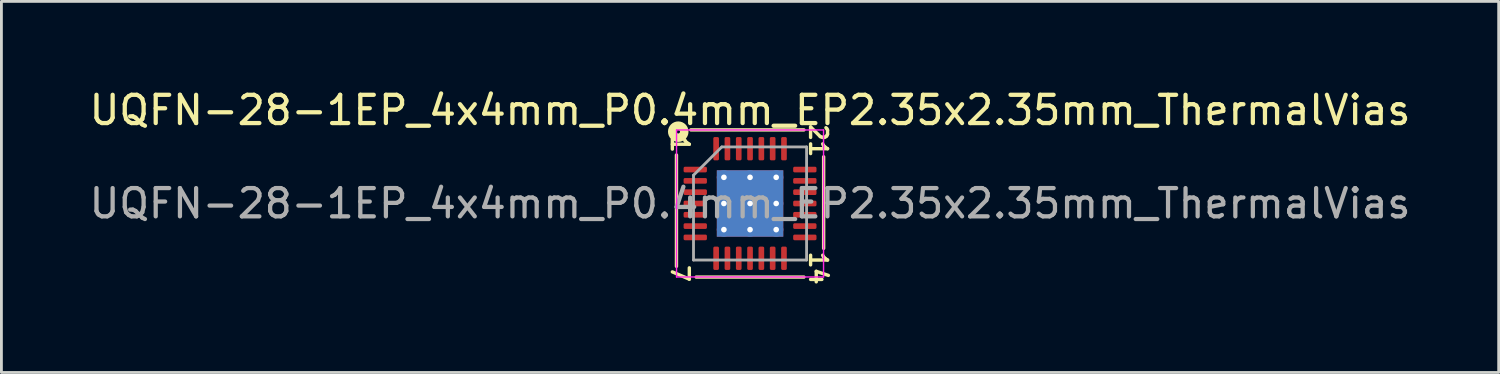
<source format=kicad_pcb>
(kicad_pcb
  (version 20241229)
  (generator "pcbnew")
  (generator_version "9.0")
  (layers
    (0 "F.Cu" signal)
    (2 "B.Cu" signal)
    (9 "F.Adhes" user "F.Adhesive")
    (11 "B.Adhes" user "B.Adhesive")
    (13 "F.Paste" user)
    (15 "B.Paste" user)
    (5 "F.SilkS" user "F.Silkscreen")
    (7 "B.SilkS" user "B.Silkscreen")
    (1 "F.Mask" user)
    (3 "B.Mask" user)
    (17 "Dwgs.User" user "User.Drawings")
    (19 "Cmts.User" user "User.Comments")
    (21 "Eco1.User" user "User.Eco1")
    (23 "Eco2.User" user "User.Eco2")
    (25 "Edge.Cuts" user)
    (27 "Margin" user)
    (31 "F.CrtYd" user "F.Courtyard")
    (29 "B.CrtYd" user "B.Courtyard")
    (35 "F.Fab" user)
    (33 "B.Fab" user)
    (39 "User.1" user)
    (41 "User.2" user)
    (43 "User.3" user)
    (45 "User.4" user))
  (footprint "UQFN-28-1EP_4x4mm_P0.4mm_EP2.35x2.35mm_ThermalVias"
    (layer "F.Cu")
    (at 23.482 4.148)
    (property "Reference" "UQFN-28-1EP_4x4mm_P0.4mm_EP2.35x2.35mm_ThermalVias" (at 0 -3.3 0) (layer "F.SilkS") (effects (font (size 1 1) (thickness 0.15))))
    (attr smd)
    (fp_line (start -2.603 -1.714) (end -2.603 2.223) (stroke (width 0.12) (type solid)) (layer "F.SilkS"))
    (fp_line (start -1.905 2.603) (end 1.905 2.603) (stroke (width 0.12) (type solid)) (layer "F.SilkS"))
    (fp_line (start 1.905 -2.603) (end -2.095 -2.603) (stroke (width 0.12) (type solid)) (layer "F.SilkS"))
    (fp_line (start 2.603 1.587) (end 2.603 -1.651) (stroke (width 0.12) (type solid)) (layer "F.SilkS"))
    (fp_circle (center -2.54 -2.54) (end -2.477 -2.54) (stroke (width 0.3) (type solid)) (fill no) (layer "F.SilkS"))
    (fp_line (start -2.6 -2.6) (end -2.6 2.6) (stroke (width 0.05) (type solid)) (layer "F.CrtYd"))
    (fp_line (start -2.6 2.6) (end 2.6 2.6) (stroke (width 0.05) (type solid)) (layer "F.CrtYd"))
    (fp_line (start 2.6 -2.6) (end -2.6 -2.6) (stroke (width 0.05) (type solid)) (layer "F.CrtYd"))
    (fp_line (start 2.6 2.6) (end 2.6 -2.6) (stroke (width 0.05) (type solid)) (layer "F.CrtYd"))
    (fp_line (start -2 -1) (end -1 -2) (stroke (width 0.1) (type solid)) (layer "F.Fab"))
    (fp_line (start -2 2) (end -2 -1) (stroke (width 0.1) (type solid)) (layer "F.Fab"))
    (fp_line (start -1 -2) (end 2 -2) (stroke (width 0.1) (type solid)) (layer "F.Fab"))
    (fp_line (start 2 -2) (end 2 2) (stroke (width 0.1) (type solid)) (layer "F.Fab"))
    (fp_line (start 2 2) (end -2 2) (stroke (width 0.1) (type solid)) (layer "F.Fab"))
    (fp_text user "7" (at -2.477 2.477 270) (unlocked yes) (layer "F.SilkS") (effects (font (size 0.6 0.6) (thickness 0.12))))
    (fp_text user "14" (at 2.413 2.286 270) (unlocked yes) (layer "F.SilkS") (effects (font (size 0.6 0.6) (thickness 0.12))))
    (fp_text user "21" (at 2.413 -2.223 270) (unlocked yes) (layer "F.SilkS") (effects (font (size 0.6 0.6) (thickness 0.12))))
    (fp_text user "1" (at -2.477 -2.095 270) (unlocked yes) (layer "F.SilkS") (effects (font (size 0.6 0.6) (thickness 0.12))))
    (fp_text user "${REFERENCE}" (at 0 0 0) (layer "F.Fab") (effects (font (size 1 1) (thickness 0.15))))
    (pad "" smd roundrect (at -0.59 -0.59) (size 0.98 0.98) (layers "F.Paste") (roundrect_rratio 0.25))
    (pad "" smd roundrect (at -0.59 0.59) (size 0.98 0.98) (layers "F.Paste") (roundrect_rratio 0.25))
    (pad "" smd roundrect (at 0.59 -0.59) (size 0.98 0.98) (layers "F.Paste") (roundrect_rratio 0.25))
    (pad "" smd roundrect (at 0.59 0.59) (size 0.98 0.98) (layers "F.Paste") (roundrect_rratio 0.25))
    (pad "1" smd roundrect (at -1.938 -1.2) (size 0.825 0.2) (layers "F.Cu" "F.Mask" "F.Paste") (roundrect_rratio 0.25))
    (pad "2" smd roundrect (at -1.938 -0.8) (size 0.825 0.2) (layers "F.Cu" "F.Mask" "F.Paste") (roundrect_rratio 0.25))
    (pad "3" smd roundrect (at -1.938 -0.4) (size 0.825 0.2) (layers "F.Cu" "F.Mask" "F.Paste") (roundrect_rratio 0.25))
    (pad "4" smd roundrect (at -1.938 0) (size 0.825 0.2) (layers "F.Cu" "F.Mask" "F.Paste") (roundrect_rratio 0.25))
    (pad "5" smd roundrect (at -1.938 0.4) (size 0.825 0.2) (layers "F.Cu" "F.Mask" "F.Paste") (roundrect_rratio 0.25))
    (pad "6" smd roundrect (at -1.938 0.8) (size 0.825 0.2) (layers "F.Cu" "F.Mask" "F.Paste") (roundrect_rratio 0.25))
    (pad "7" smd roundrect (at -1.938 1.2) (size 0.825 0.2) (layers "F.Cu" "F.Mask" "F.Paste") (roundrect_rratio 0.25))
    (pad "8" smd roundrect (at -1.2 1.938) (size 0.2 0.825) (layers "F.Cu" "F.Mask" "F.Paste") (roundrect_rratio 0.25))
    (pad "9" smd roundrect (at -0.8 1.938) (size 0.2 0.825) (layers "F.Cu" "F.Mask" "F.Paste") (roundrect_rratio 0.25))
    (pad "10" smd roundrect (at -0.4 1.938) (size 0.2 0.825) (layers "F.Cu" "F.Mask" "F.Paste") (roundrect_rratio 0.25))
    (pad "11" smd roundrect (at 0 1.938) (size 0.2 0.825) (layers "F.Cu" "F.Mask" "F.Paste") (roundrect_rratio 0.25))
    (pad "12" smd roundrect (at 0.4 1.938) (size 0.2 0.825) (layers "F.Cu" "F.Mask" "F.Paste") (roundrect_rratio 0.25))
    (pad "13" smd roundrect (at 0.8 1.938) (size 0.2 0.825) (layers "F.Cu" "F.Mask" "F.Paste") (roundrect_rratio 0.25))
    (pad "14" smd roundrect (at 1.2 1.938) (size 0.2 0.825) (layers "F.Cu" "F.Mask" "F.Paste") (roundrect_rratio 0.25))
    (pad "15" smd roundrect (at 1.938 1.2) (size 0.825 0.2) (layers "F.Cu" "F.Mask" "F.Paste") (roundrect_rratio 0.25))
    (pad "16" smd roundrect (at 1.938 0.8) (size 0.825 0.2) (layers "F.Cu" "F.Mask" "F.Paste") (roundrect_rratio 0.25))
    (pad "17" smd roundrect (at 1.938 0.4) (size 0.825 0.2) (layers "F.Cu" "F.Mask" "F.Paste") (roundrect_rratio 0.25))
    (pad "18" smd roundrect (at 1.938 0) (size 0.825 0.2) (layers "F.Cu" "F.Mask" "F.Paste") (roundrect_rratio 0.25))
    (pad "19" smd roundrect (at 1.938 -0.4) (size 0.825 0.2) (layers "F.Cu" "F.Mask" "F.Paste") (roundrect_rratio 0.25))
    (pad "20" smd roundrect (at 1.938 -0.8) (size 0.825 0.2) (layers "F.Cu" "F.Mask" "F.Paste") (roundrect_rratio 0.25))
    (pad "21" smd roundrect (at 1.938 -1.2) (size 0.825 0.2) (layers "F.Cu" "F.Mask" "F.Paste") (roundrect_rratio 0.25))
    (pad "22" smd roundrect (at 1.2 -1.938) (size 0.2 0.825) (layers "F.Cu" "F.Mask" "F.Paste") (roundrect_rratio 0.25))
    (pad "23" smd roundrect (at 0.8 -1.938) (size 0.2 0.825) (layers "F.Cu" "F.Mask" "F.Paste") (roundrect_rratio 0.25))
    (pad "24" smd roundrect (at 0.4 -1.938) (size 0.2 0.825) (layers "F.Cu" "F.Mask" "F.Paste") (roundrect_rratio 0.25))
    (pad "25" smd roundrect (at 0 -1.938) (size 0.2 0.825) (layers "F.Cu" "F.Mask" "F.Paste") (roundrect_rratio 0.25))
    (pad "26" smd roundrect (at -0.4 -1.938) (size 0.2 0.825) (layers "F.Cu" "F.Mask" "F.Paste") (roundrect_rratio 0.25))
    (pad "27" smd roundrect (at -0.8 -1.938) (size 0.2 0.825) (layers "F.Cu" "F.Mask" "F.Paste") (roundrect_rratio 0.25))
    (pad "28" smd roundrect (at -1.2 -1.938) (size 0.2 0.825) (layers "F.Cu" "F.Mask" "F.Paste") (roundrect_rratio 0.25))
    (pad "29" thru_hole circle (at -0.925 -0.925) (size 0.5 0.5) (drill 0.2) (layers "*.Cu"))
    (pad "29" thru_hole circle (at -0.925 0) (size 0.5 0.5) (drill 0.2) (layers "*.Cu"))
    (pad "29" thru_hole circle (at -0.925 0.925) (size 0.5 0.5) (drill 0.2) (layers "*.Cu"))
    (pad "29" thru_hole circle (at 0 -0.925) (size 0.5 0.5) (drill 0.2) (layers "*.Cu"))
    (pad "29" thru_hole circle (at 0 0) (size 0.5 0.5) (drill 0.2) (layers "*.Cu"))
    (pad "29" smd rect (at 0 0) (size 2.35 2.35) (layers "F.Cu" "F.Mask"))
    (pad "29" smd rect (at 0 0) (size 2.35 2.35) (layers "B.Cu" "B.Mask"))
    (pad "29" thru_hole circle (at 0 0.925) (size 0.5 0.5) (drill 0.2) (layers "*.Cu"))
    (pad "29" thru_hole circle (at 0.925 -0.925) (size 0.5 0.5) (drill 0.2) (layers "*.Cu"))
    (pad "29" thru_hole circle (at 0.925 0) (size 0.5 0.5) (drill 0.2) (layers "*.Cu"))
    (pad "29" thru_hole circle (at 0.925 0.925) (size 0.5 0.5) (drill 0.2) (layers "*.Cu")))
  (gr_rect
    (start -3 -3)
    (end 49.964 10.126)
    (stroke (width 0.1) (type default))
    (fill no)
    (layer "Edge.Cuts")))
</source>
